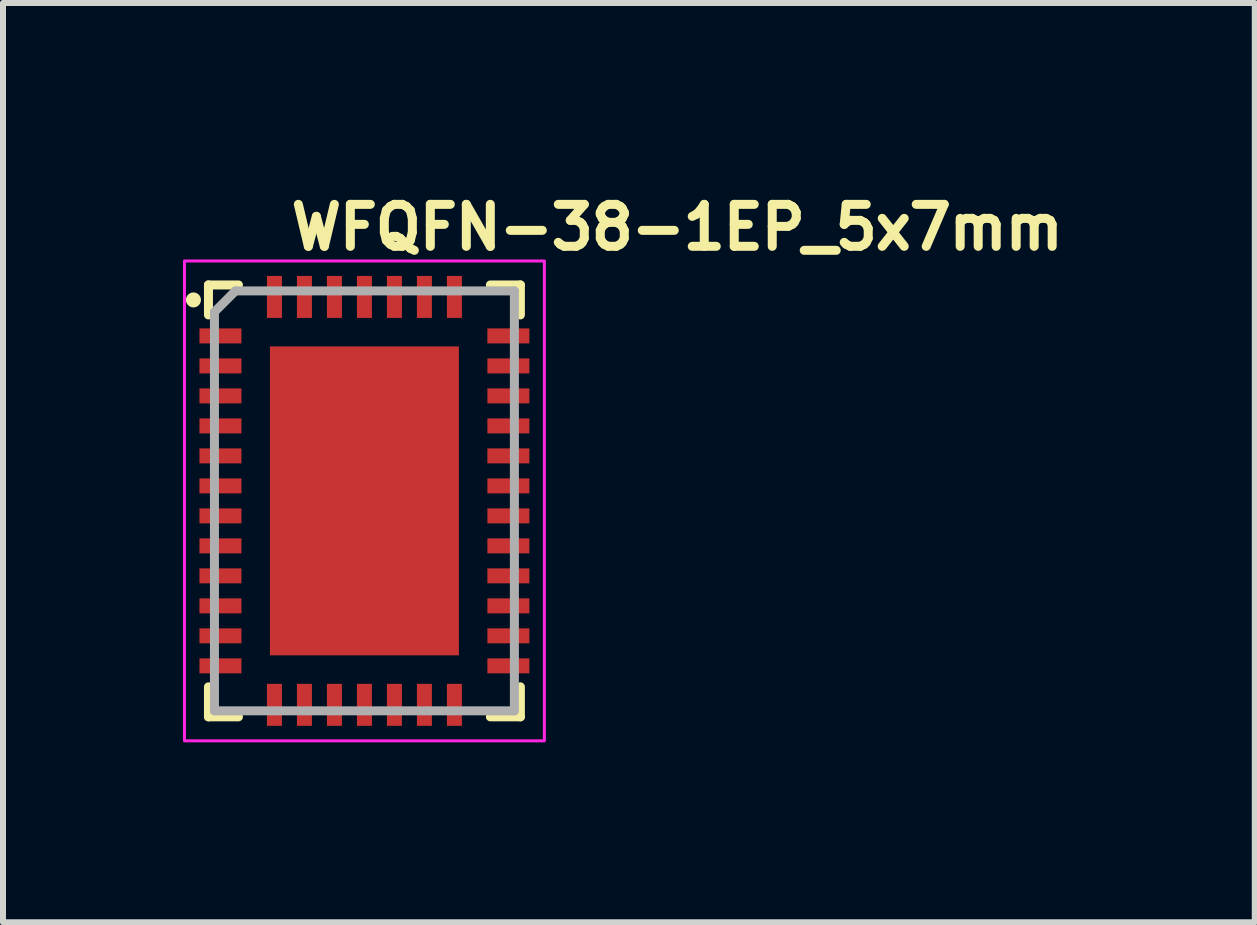
<source format=kicad_pcb>
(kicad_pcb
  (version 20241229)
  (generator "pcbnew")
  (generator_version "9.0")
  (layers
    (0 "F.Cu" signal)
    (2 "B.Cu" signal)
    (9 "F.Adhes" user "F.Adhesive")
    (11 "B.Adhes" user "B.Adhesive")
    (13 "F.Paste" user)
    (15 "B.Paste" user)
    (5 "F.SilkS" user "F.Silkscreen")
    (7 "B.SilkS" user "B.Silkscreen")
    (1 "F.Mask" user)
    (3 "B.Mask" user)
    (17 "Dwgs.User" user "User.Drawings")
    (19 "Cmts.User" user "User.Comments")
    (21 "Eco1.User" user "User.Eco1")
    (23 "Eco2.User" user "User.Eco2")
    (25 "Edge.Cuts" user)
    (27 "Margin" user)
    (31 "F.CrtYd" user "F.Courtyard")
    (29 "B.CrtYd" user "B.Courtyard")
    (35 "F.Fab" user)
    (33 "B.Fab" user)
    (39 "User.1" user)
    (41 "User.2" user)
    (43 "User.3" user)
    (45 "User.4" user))
  (footprint "WFQFN-38-1EP_5x7mm"
    (layer "F.Cu")
    (at 3.025 5.3)
    (property "Reference" "WFQFN-38-1EP_5x7mm" (at -1.3 -4.15 0) (layer "F.SilkS") (effects (font (size 0.7 0.7) (thickness 0.15)) (justify left bottom)))
    (attr smd)
    (fp_line (start -2.6 -3.6) (end -2.1 -3.6) (stroke (width 0.15) (type solid)) (layer "F.SilkS"))
    (fp_line (start -2.6 -3.1) (end -2.6 -3.6) (stroke (width 0.15) (type solid)) (layer "F.SilkS"))
    (fp_line (start -2.6 3.6) (end -2.6 3.1) (stroke (width 0.15) (type solid)) (layer "F.SilkS"))
    (fp_line (start -2.6 3.6) (end -2.1 3.6) (stroke (width 0.15) (type solid)) (layer "F.SilkS"))
    (fp_line (start 2.6 -3.6) (end 2.1 -3.6) (stroke (width 0.15) (type solid)) (layer "F.SilkS"))
    (fp_line (start 2.6 -3.6) (end 2.6 -3.1) (stroke (width 0.15) (type solid)) (layer "F.SilkS"))
    (fp_line (start 2.6 3.6) (end 2.1 3.6) (stroke (width 0.15) (type solid)) (layer "F.SilkS"))
    (fp_line (start 2.6 3.6) (end 2.6 3.1) (stroke (width 0.15) (type solid)) (layer "F.SilkS"))
    (fp_circle (center -2.85 -3.35) (end -2.8 -3.35) (stroke (width 0.15) (type solid)) (fill yes) (layer "F.SilkS"))
    (fp_rect (start -3 -4) (end 3 4) (stroke (width 0.05) (type solid)) (fill no) (layer "F.CrtYd"))
    (fp_line (start -2.5 -3.15) (end -2.5 3.5) (stroke (width 0.15) (type solid)) (layer "F.Fab"))
    (fp_line (start -2.5 -3.15) (end -2.15 -3.5) (stroke (width 0.15) (type solid)) (layer "F.Fab"))
    (fp_line (start -2.5 3.5) (end 2.5 3.5) (stroke (width 0.15) (type solid)) (layer "F.Fab"))
    (fp_line (start -2.15 -3.5) (end 2.5 -3.5) (stroke (width 0.15) (type solid)) (layer "F.Fab"))
    (fp_line (start 2.5 -3.5) (end 2.5 3.5) (stroke (width 0.15) (type solid)) (layer "F.Fab"))
    (fp_rect (start -2.553 -3.556) (end 2.553 3.556) (stroke (width 0.1) (type solid)) (fill no) (layer "User.5"))
    (fp_line (start -2.553 -3.556) (end -2.553 3.556) (stroke (width 0.02) (type solid)) (layer "User.9"))
    (fp_line (start -2.553 3.556) (end 2.553 3.556) (stroke (width 0.02) (type solid)) (layer "User.9"))
    (fp_line (start -2.17 -2.75) (end -2.17 -2.75) (stroke (width 0.02) (type solid)) (layer "User.9"))
    (fp_line (start -2.17 -2.75) (end -2.169 -2.743) (stroke (width 0.02) (type solid)) (layer "User.9"))
    (fp_line (start -2.169 -2.763) (end -2.169 -2.757) (stroke (width 0.02) (type solid)) (layer "User.9"))
    (fp_line (start -2.169 -2.757) (end -2.17 -2.75) (stroke (width 0.02) (type solid)) (layer "User.9"))
    (fp_line (start -2.169 -2.743) (end -2.169 -2.737) (stroke (width 0.02) (type solid)) (layer "User.9"))
    (fp_line (start -2.169 -2.737) (end -2.168 -2.731) (stroke (width 0.02) (type solid)) (layer "User.9"))
    (fp_line (start -2.168 -2.769) (end -2.169 -2.763) (stroke (width 0.02) (type solid)) (layer "User.9"))
    (fp_line (start -2.168 -2.731) (end -2.167 -2.724) (stroke (width 0.02) (type solid)) (layer "User.9"))
    (fp_line (start -2.167 -2.776) (end -2.168 -2.769) (stroke (width 0.02) (type solid)) (layer "User.9"))
    (fp_line (start -2.167 -2.724) (end -2.166 -2.718) (stroke (width 0.02) (type solid)) (layer "User.9"))
    (fp_line (start -2.166 -2.782) (end -2.167 -2.776) (stroke (width 0.02) (type solid)) (layer "User.9"))
    (fp_line (start -2.166 -2.718) (end -2.164 -2.712) (stroke (width 0.02) (type solid)) (layer "User.9"))
    (fp_line (start -2.164 -2.788) (end -2.166 -2.782) (stroke (width 0.02) (type solid)) (layer "User.9"))
    (fp_line (start -2.164 -2.712) (end -2.162 -2.706) (stroke (width 0.02) (type solid)) (layer "User.9"))
    (fp_line (start -2.162 -2.794) (end -2.164 -2.788) (stroke (width 0.02) (type solid)) (layer "User.9"))
    (fp_line (start -2.162 -2.706) (end -2.16 -2.7) (stroke (width 0.02) (type solid)) (layer "User.9"))
    (fp_line (start -2.16 -2.8) (end -2.162 -2.794) (stroke (width 0.02) (type solid)) (layer "User.9"))
    (fp_line (start -2.16 -2.7) (end -2.157 -2.695) (stroke (width 0.02) (type solid)) (layer "User.9"))
    (fp_line (start -2.157 -2.805) (end -2.16 -2.8) (stroke (width 0.02) (type solid)) (layer "User.9"))
    (fp_line (start -2.157 -2.695) (end -2.154 -2.689) (stroke (width 0.02) (type solid)) (layer "User.9"))
    (fp_line (start -2.154 -2.811) (end -2.157 -2.805) (stroke (width 0.02) (type solid)) (layer "User.9"))
    (fp_line (start -2.154 -2.689) (end -2.151 -2.684) (stroke (width 0.02) (type solid)) (layer "User.9"))
    (fp_line (start -2.151 -2.816) (end -2.154 -2.811) (stroke (width 0.02) (type solid)) (layer "User.9"))
    (fp_line (start -2.151 -2.684) (end -2.148 -2.679) (stroke (width 0.02) (type solid)) (layer "User.9"))
    (fp_line (start -2.148 -2.821) (end -2.151 -2.816) (stroke (width 0.02) (type solid)) (layer "User.9"))
    (fp_line (start -2.148 -2.679) (end -2.144 -2.674) (stroke (width 0.02) (type solid)) (layer "User.9"))
    (fp_line (start -2.144 -2.826) (end -2.148 -2.821) (stroke (width 0.02) (type solid)) (layer "User.9"))
    (fp_line (start -2.144 -2.674) (end -2.14 -2.669) (stroke (width 0.02) (type solid)) (layer "User.9"))
    (fp_line (start -2.14 -2.831) (end -2.144 -2.826) (stroke (width 0.02) (type solid)) (layer "User.9"))
    (fp_line (start -2.14 -2.669) (end -2.136 -2.664) (stroke (width 0.02) (type solid)) (layer "User.9"))
    (fp_line (start -2.136 -2.836) (end -2.14 -2.831) (stroke (width 0.02) (type solid)) (layer "User.9"))
    (fp_line (start -2.136 -2.664) (end -2.132 -2.66) (stroke (width 0.02) (type solid)) (layer "User.9"))
    (fp_line (start -2.132 -2.84) (end -2.136 -2.836) (stroke (width 0.02) (type solid)) (layer "User.9"))
    (fp_line (start -2.132 -2.66) (end -2.128 -2.656) (stroke (width 0.02) (type solid)) (layer "User.9"))
    (fp_line (start -2.128 -2.844) (end -2.132 -2.84) (stroke (width 0.02) (type solid)) (layer "User.9"))
    (fp_line (start -2.128 -2.656) (end -2.123 -2.652) (stroke (width 0.02) (type solid)) (layer "User.9"))
    (fp_line (start -2.123 -2.848) (end -2.128 -2.844) (stroke (width 0.02) (type solid)) (layer "User.9"))
    (fp_line (start -2.123 -2.652) (end -2.118 -2.648) (stroke (width 0.02) (type solid)) (layer "User.9"))
    (fp_line (start -2.118 -2.852) (end -2.123 -2.848) (stroke (width 0.02) (type solid)) (layer "User.9"))
    (fp_line (start -2.118 -2.648) (end -2.113 -2.644) (stroke (width 0.02) (type solid)) (layer "User.9"))
    (fp_line (start -2.113 -2.856) (end -2.118 -2.852) (stroke (width 0.02) (type solid)) (layer "User.9"))
    (fp_line (start -2.113 -2.644) (end -2.108 -2.641) (stroke (width 0.02) (type solid)) (layer "User.9"))
    (fp_line (start -2.108 -2.859) (end -2.113 -2.856) (stroke (width 0.02) (type solid)) (layer "User.9"))
    (fp_line (start -2.108 -2.641) (end -2.103 -2.638) (stroke (width 0.02) (type solid)) (layer "User.9"))
    (fp_line (start -2.103 -2.862) (end -2.108 -2.859) (stroke (width 0.02) (type solid)) (layer "User.9"))
    (fp_line (start -2.103 -2.638) (end -2.097 -2.635) (stroke (width 0.02) (type solid)) (layer "User.9"))
    (fp_line (start -2.097 -2.865) (end -2.103 -2.862) (stroke (width 0.02) (type solid)) (layer "User.9"))
    (fp_line (start -2.097 -2.635) (end -2.092 -2.632) (stroke (width 0.02) (type solid)) (layer "User.9"))
    (fp_line (start -2.092 -2.868) (end -2.097 -2.865) (stroke (width 0.02) (type solid)) (layer "User.9"))
    (fp_line (start -2.092 -2.632) (end -2.086 -2.63) (stroke (width 0.02) (type solid)) (layer "User.9"))
    (fp_line (start -2.086 -2.87) (end -2.092 -2.868) (stroke (width 0.02) (type solid)) (layer "User.9"))
    (fp_line (start -2.086 -2.63) (end -2.08 -2.628) (stroke (width 0.02) (type solid)) (layer "User.9"))
    (fp_line (start -2.08 -2.872) (end -2.086 -2.87) (stroke (width 0.02) (type solid)) (layer "User.9"))
    (fp_line (start -2.08 -2.628) (end -2.074 -2.626) (stroke (width 0.02) (type solid)) (layer "User.9"))
    (fp_line (start -2.074 -2.874) (end -2.08 -2.872) (stroke (width 0.02) (type solid)) (layer "User.9"))
    (fp_line (start -2.074 -2.626) (end -2.068 -2.625) (stroke (width 0.02) (type solid)) (layer "User.9"))
    (fp_line (start -2.068 -2.875) (end -2.074 -2.874) (stroke (width 0.02) (type solid)) (layer "User.9"))
    (fp_line (start -2.068 -2.625) (end -2.061 -2.624) (stroke (width 0.02) (type solid)) (layer "User.9"))
    (fp_line (start -2.061 -2.876) (end -2.068 -2.875) (stroke (width 0.02) (type solid)) (layer "User.9"))
    (fp_line (start -2.061 -2.624) (end -2.055 -2.623) (stroke (width 0.02) (type solid)) (layer "User.9"))
    (fp_line (start -2.055 -2.877) (end -2.061 -2.876) (stroke (width 0.02) (type solid)) (layer "User.9"))
    (fp_line (start -2.055 -2.623) (end -2.049 -2.623) (stroke (width 0.02) (type solid)) (layer "User.9"))
    (fp_line (start -2.049 -2.877) (end -2.055 -2.877) (stroke (width 0.02) (type solid)) (layer "User.9"))
    (fp_line (start -2.049 -2.623) (end -2.042 -2.622) (stroke (width 0.02) (type solid)) (layer "User.9"))
    (fp_line (start -2.042 -2.878) (end -2.049 -2.877) (stroke (width 0.02) (type solid)) (layer "User.9"))
    (fp_line (start -2.042 -2.878) (end -2.042 -2.878) (stroke (width 0.02) (type solid)) (layer "User.9"))
    (fp_line (start -2.042 -2.622) (end -2.042 -2.622) (stroke (width 0.02) (type solid)) (layer "User.9"))
    (fp_line (start -2.042 -2.622) (end -2.035 -2.623) (stroke (width 0.02) (type solid)) (layer "User.9"))
    (fp_line (start -2.035 -2.877) (end -2.042 -2.878) (stroke (width 0.02) (type solid)) (layer "User.9"))
    (fp_line (start -2.035 -2.623) (end -2.029 -2.623) (stroke (width 0.02) (type solid)) (layer "User.9"))
    (fp_line (start -2.029 -2.877) (end -2.035 -2.877) (stroke (width 0.02) (type solid)) (layer "User.9"))
    (fp_line (start -2.029 -2.623) (end -2.023 -2.624) (stroke (width 0.02) (type solid)) (layer "User.9"))
    (fp_line (start -2.023 -2.876) (end -2.029 -2.877) (stroke (width 0.02) (type solid)) (layer "User.9"))
    (fp_line (start -2.023 -2.624) (end -2.016 -2.625) (stroke (width 0.02) (type solid)) (layer "User.9"))
    (fp_line (start -2.016 -2.875) (end -2.023 -2.876) (stroke (width 0.02) (type solid)) (layer "User.9"))
    (fp_line (start -2.016 -2.625) (end -2.01 -2.626) (stroke (width 0.02) (type solid)) (layer "User.9"))
    (fp_line (start -2.01 -2.874) (end -2.016 -2.875) (stroke (width 0.02) (type solid)) (layer "User.9"))
    (fp_line (start -2.01 -2.626) (end -2.004 -2.628) (stroke (width 0.02) (type solid)) (layer "User.9"))
    (fp_line (start -2.004 -2.872) (end -2.01 -2.874) (stroke (width 0.02) (type solid)) (layer "User.9"))
    (fp_line (start -2.004 -2.628) (end -1.998 -2.63) (stroke (width 0.02) (type solid)) (layer "User.9"))
    (fp_line (start -1.998 -2.87) (end -2.004 -2.872) (stroke (width 0.02) (type solid)) (layer "User.9"))
    (fp_line (start -1.998 -2.63) (end -1.992 -2.632) (stroke (width 0.02) (type solid)) (layer "User.9"))
    (fp_line (start -1.992 -2.868) (end -1.998 -2.87) (stroke (width 0.02) (type solid)) (layer "User.9"))
    (fp_line (start -1.992 -2.632) (end -1.987 -2.635) (stroke (width 0.02) (type solid)) (layer "User.9"))
    (fp_line (start -1.987 -2.865) (end -1.992 -2.868) (stroke (width 0.02) (type solid)) (layer "User.9"))
    (fp_line (start -1.987 -2.635) (end -1.981 -2.638) (stroke (width 0.02) (type solid)) (layer "User.9"))
    (fp_line (start -1.981 -2.862) (end -1.987 -2.865) (stroke (width 0.02) (type solid)) (layer "User.9"))
    (fp_line (start -1.981 -2.638) (end -1.976 -2.641) (stroke (width 0.02) (type solid)) (layer "User.9"))
    (fp_line (start -1.976 -2.859) (end -1.981 -2.862) (stroke (width 0.02) (type solid)) (layer "User.9"))
    (fp_line (start -1.976 -2.641) (end -1.971 -2.644) (stroke (width 0.02) (type solid)) (layer "User.9"))
    (fp_line (start -1.971 -2.856) (end -1.976 -2.859) (stroke (width 0.02) (type solid)) (layer "User.9"))
    (fp_line (start -1.971 -2.644) (end -1.966 -2.648) (stroke (width 0.02) (type solid)) (layer "User.9"))
    (fp_line (start -1.966 -2.852) (end -1.971 -2.856) (stroke (width 0.02) (type solid)) (layer "User.9"))
    (fp_line (start -1.966 -2.648) (end -1.961 -2.652) (stroke (width 0.02) (type solid)) (layer "User.9"))
    (fp_line (start -1.961 -2.848) (end -1.966 -2.852) (stroke (width 0.02) (type solid)) (layer "User.9"))
    (fp_line (start -1.961 -2.652) (end -1.956 -2.656) (stroke (width 0.02) (type solid)) (layer "User.9"))
    (fp_line (start -1.956 -2.844) (end -1.961 -2.848) (stroke (width 0.02) (type solid)) (layer "User.9"))
    (fp_line (start -1.956 -2.656) (end -1.952 -2.66) (stroke (width 0.02) (type solid)) (layer "User.9"))
    (fp_line (start -1.952 -2.84) (end -1.956 -2.844) (stroke (width 0.02) (type solid)) (layer "User.9"))
    (fp_line (start -1.952 -2.66) (end -1.948 -2.664) (stroke (width 0.02) (type solid)) (layer "User.9"))
    (fp_line (start -1.948 -2.836) (end -1.952 -2.84) (stroke (width 0.02) (type solid)) (layer "User.9"))
    (fp_line (start -1.948 -2.664) (end -1.944 -2.669) (stroke (width 0.02) (type solid)) (layer "User.9"))
    (fp_line (start -1.944 -2.831) (end -1.948 -2.836) (stroke (width 0.02) (type solid)) (layer "User.9"))
    (fp_line (start -1.944 -2.669) (end -1.94 -2.674) (stroke (width 0.02) (type solid)) (layer "User.9"))
    (fp_line (start -1.94 -2.826) (end -1.944 -2.831) (stroke (width 0.02) (type solid)) (layer "User.9"))
    (fp_line (start -1.94 -2.674) (end -1.936 -2.679) (stroke (width 0.02) (type solid)) (layer "User.9"))
    (fp_line (start -1.936 -2.821) (end -1.94 -2.826) (stroke (width 0.02) (type solid)) (layer "User.9"))
    (fp_line (start -1.936 -2.679) (end -1.933 -2.684) (stroke (width 0.02) (type solid)) (layer "User.9"))
    (fp_line (start -1.933 -2.816) (end -1.936 -2.821) (stroke (width 0.02) (type solid)) (layer "User.9"))
    (fp_line (start -1.933 -2.684) (end -1.93 -2.689) (stroke (width 0.02) (type solid)) (layer "User.9"))
    (fp_line (start -1.93 -2.811) (end -1.933 -2.816) (stroke (width 0.02) (type solid)) (layer "User.9"))
    (fp_line (start -1.93 -2.689) (end -1.927 -2.695) (stroke (width 0.02) (type solid)) (layer "User.9"))
    (fp_line (start -1.927 -2.805) (end -1.93 -2.811) (stroke (width 0.02) (type solid)) (layer "User.9"))
    (fp_line (start -1.927 -2.695) (end -1.924 -2.7) (stroke (width 0.02) (type solid)) (layer "User.9"))
    (fp_line (start -1.924 -2.8) (end -1.927 -2.805) (stroke (width 0.02) (type solid)) (layer "User.9"))
    (fp_line (start -1.924 -2.7) (end -1.922 -2.706) (stroke (width 0.02) (type solid)) (layer "User.9"))
    (fp_line (start -1.922 -2.794) (end -1.924 -2.8) (stroke (width 0.02) (type solid)) (layer "User.9"))
    (fp_line (start -1.922 -2.706) (end -1.92 -2.712) (stroke (width 0.02) (type solid)) (layer "User.9"))
    (fp_line (start -1.92 -2.788) (end -1.922 -2.794) (stroke (width 0.02) (type solid)) (layer "User.9"))
    (fp_line (start -1.92 -2.712) (end -1.918 -2.718) (stroke (width 0.02) (type solid)) (layer "User.9"))
    (fp_line (start -1.918 -2.782) (end -1.92 -2.788) (stroke (width 0.02) (type solid)) (layer "User.9"))
    (fp_line (start -1.918 -2.718) (end -1.917 -2.724) (stroke (width 0.02) (type solid)) (layer "User.9"))
    (fp_line (start -1.917 -2.776) (end -1.918 -2.782) (stroke (width 0.02) (type solid)) (layer "User.9"))
    (fp_line (start -1.917 -2.724) (end -1.916 -2.731) (stroke (width 0.02) (type solid)) (layer "User.9"))
    (fp_line (start -1.916 -2.769) (end -1.917 -2.776) (stroke (width 0.02) (type solid)) (layer "User.9"))
    (fp_line (start -1.916 -2.731) (end -1.915 -2.737) (stroke (width 0.02) (type solid)) (layer "User.9"))
    (fp_line (start -1.915 -2.763) (end -1.916 -2.769) (stroke (width 0.02) (type solid)) (layer "User.9"))
    (fp_line (start -1.915 -2.757) (end -1.915 -2.763) (stroke (width 0.02) (type solid)) (layer "User.9"))
    (fp_line (start -1.915 -2.743) (end -1.914 -2.75) (stroke (width 0.02) (type solid)) (layer "User.9"))
    (fp_line (start -1.915 -2.737) (end -1.915 -2.743) (stroke (width 0.02) (type solid)) (layer "User.9"))
    (fp_line (start -1.914 -2.75) (end -1.915 -2.757) (stroke (width 0.02) (type solid)) (layer "User.9"))
    (fp_line (start -1.914 -2.75) (end -1.914 -2.75) (stroke (width 0.02) (type solid)) (layer "User.9"))
    (fp_line (start -1.914 -2.75) (end -1.914 -2.75) (stroke (width 0.02) (type solid)) (layer "User.9"))
    (fp_line (start 2.553 -3.556) (end -2.553 -3.556) (stroke (width 0.02) (type solid)) (layer "User.9"))
    (fp_line (start 2.553 3.556) (end 2.553 -3.556) (stroke (width 0.02) (type solid)) (layer "User.9"))
    (pad "1" smd rect (at -2.4 -2.75) (size 0.7 0.25) (layers "F.Cu" "F.Mask" "F.Paste"))
    (pad "2" smd rect (at -2.4 -2.25) (size 0.7 0.25) (layers "F.Cu" "F.Mask" "F.Paste"))
    (pad "3" smd rect (at -2.4 -1.75) (size 0.7 0.25) (layers "F.Cu" "F.Mask" "F.Paste"))
    (pad "4" smd rect (at -2.4 -1.25) (size 0.7 0.25) (layers "F.Cu" "F.Mask" "F.Paste"))
    (pad "5" smd rect (at -2.4 -0.75) (size 0.7 0.25) (layers "F.Cu" "F.Mask" "F.Paste"))
    (pad "6" smd rect (at -2.4 -0.25) (size 0.7 0.25) (layers "F.Cu" "F.Mask" "F.Paste"))
    (pad "7" smd rect (at -2.4 0.25) (size 0.7 0.25) (layers "F.Cu" "F.Mask" "F.Paste"))
    (pad "8" smd rect (at -2.4 0.75) (size 0.7 0.25) (layers "F.Cu" "F.Mask" "F.Paste"))
    (pad "9" smd rect (at -2.4 1.25) (size 0.7 0.25) (layers "F.Cu" "F.Mask" "F.Paste"))
    (pad "10" smd rect (at -2.4 1.75) (size 0.7 0.25) (layers "F.Cu" "F.Mask" "F.Paste"))
    (pad "11" smd rect (at -2.4 2.25) (size 0.7 0.25) (layers "F.Cu" "F.Mask" "F.Paste"))
    (pad "12" smd rect (at -2.4 2.75) (size 0.7 0.25) (layers "F.Cu" "F.Mask" "F.Paste"))
    (pad "13" smd rect (at -1.5 3.4) (size 0.25 0.7) (layers "F.Cu" "F.Mask" "F.Paste"))
    (pad "14" smd rect (at -1 3.4) (size 0.25 0.7) (layers "F.Cu" "F.Mask" "F.Paste"))
    (pad "15" smd rect (at -0.5 3.4) (size 0.25 0.7) (layers "F.Cu" "F.Mask" "F.Paste"))
    (pad "16" smd rect (at 0 3.4) (size 0.25 0.7) (layers "F.Cu" "F.Mask" "F.Paste"))
    (pad "17" smd rect (at 0.5 3.4) (size 0.25 0.7) (layers "F.Cu" "F.Mask" "F.Paste"))
    (pad "18" smd rect (at 1 3.4) (size 0.25 0.7) (layers "F.Cu" "F.Mask" "F.Paste"))
    (pad "19" smd rect (at 1.5 3.4) (size 0.25 0.7) (layers "F.Cu" "F.Mask" "F.Paste"))
    (pad "20" smd rect (at 2.4 2.75) (size 0.7 0.25) (layers "F.Cu" "F.Mask" "F.Paste"))
    (pad "21" smd rect (at 2.4 2.25) (size 0.7 0.25) (layers "F.Cu" "F.Mask" "F.Paste"))
    (pad "22" smd rect (at 2.4 1.75) (size 0.7 0.25) (layers "F.Cu" "F.Mask" "F.Paste"))
    (pad "23" smd rect (at 2.4 1.25) (size 0.7 0.25) (layers "F.Cu" "F.Mask" "F.Paste"))
    (pad "24" smd rect (at 2.4 0.75) (size 0.7 0.25) (layers "F.Cu" "F.Mask" "F.Paste"))
    (pad "25" smd rect (at 2.4 0.25) (size 0.7 0.25) (layers "F.Cu" "F.Mask" "F.Paste"))
    (pad "26" smd rect (at 2.4 -0.25) (size 0.7 0.25) (layers "F.Cu" "F.Mask" "F.Paste"))
    (pad "27" smd rect (at 2.4 -0.75) (size 0.7 0.25) (layers "F.Cu" "F.Mask" "F.Paste"))
    (pad "28" smd rect (at 2.4 -1.25) (size 0.7 0.25) (layers "F.Cu" "F.Mask" "F.Paste"))
    (pad "29" smd rect (at 2.4 -1.75) (size 0.7 0.25) (layers "F.Cu" "F.Mask" "F.Paste"))
    (pad "30" smd rect (at 2.4 -2.25) (size 0.7 0.25) (layers "F.Cu" "F.Mask" "F.Paste"))
    (pad "31" smd rect (at 2.4 -2.75) (size 0.7 0.25) (layers "F.Cu" "F.Mask" "F.Paste"))
    (pad "32" smd rect (at 1.5 -3.4) (size 0.25 0.7) (layers "F.Cu" "F.Mask" "F.Paste"))
    (pad "33" smd rect (at 1 -3.4) (size 0.25 0.7) (layers "F.Cu" "F.Mask" "F.Paste"))
    (pad "34" smd rect (at 0.5 -3.4) (size 0.25 0.7) (layers "F.Cu" "F.Mask" "F.Paste"))
    (pad "35" smd rect (at 0 -3.4) (size 0.25 0.7) (layers "F.Cu" "F.Mask" "F.Paste"))
    (pad "36" smd rect (at -0.5 -3.4) (size 0.25 0.7) (layers "F.Cu" "F.Mask" "F.Paste"))
    (pad "37" smd rect (at -1 -3.4) (size 0.25 0.7) (layers "F.Cu" "F.Mask" "F.Paste"))
    (pad "38" smd rect (at -1.5 -3.4) (size 0.25 0.7) (layers "F.Cu" "F.Mask" "F.Paste"))
    (pad "39" smd rect (at 0 0) (size 3.15 5.15) (layers "F.Cu" "F.Mask" "F.Paste")))
  (gr_rect
    (start -3 -3)
    (end 17.868 12.325)
    (stroke (width 0.1) (type default))
    (fill no)
    (layer "Edge.Cuts")))
</source>
